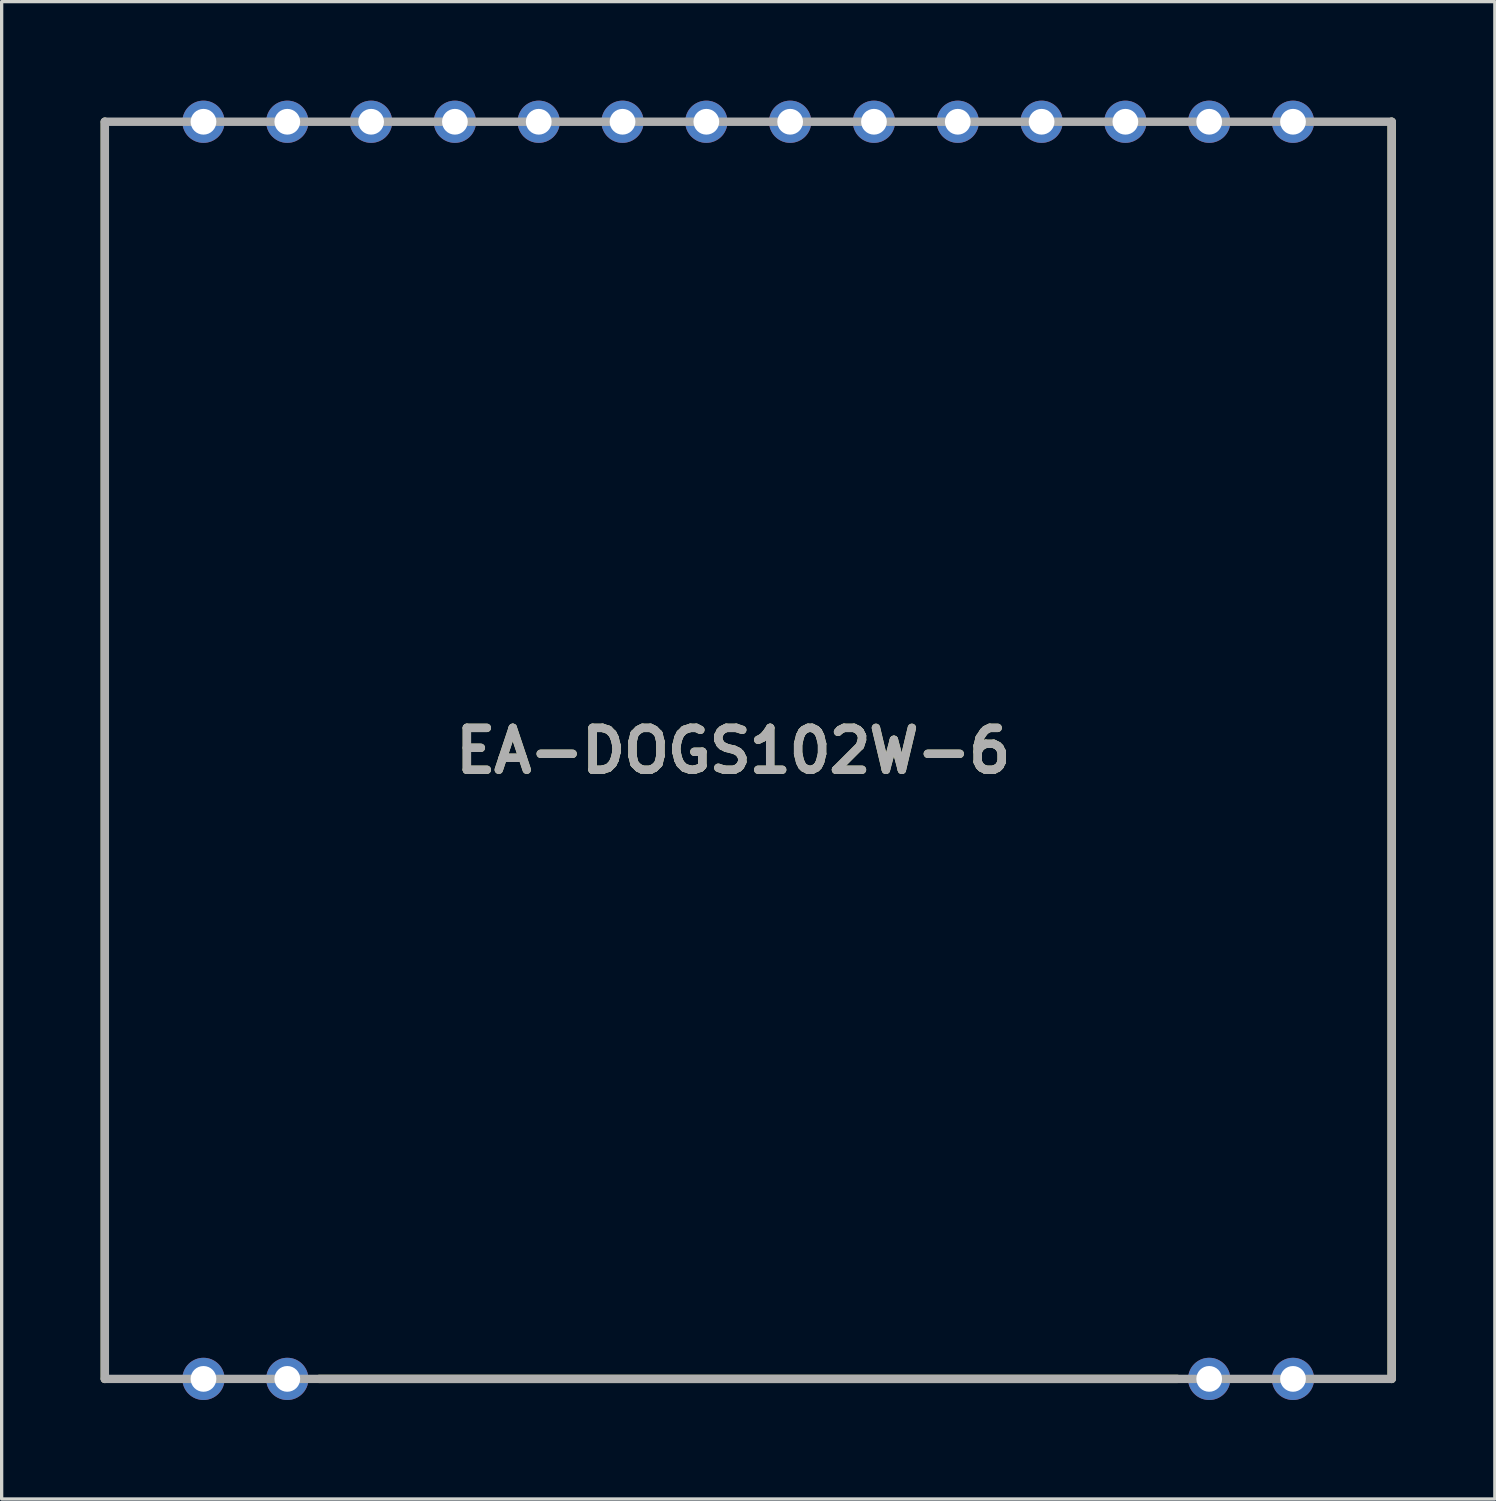
<source format=kicad_pcb>
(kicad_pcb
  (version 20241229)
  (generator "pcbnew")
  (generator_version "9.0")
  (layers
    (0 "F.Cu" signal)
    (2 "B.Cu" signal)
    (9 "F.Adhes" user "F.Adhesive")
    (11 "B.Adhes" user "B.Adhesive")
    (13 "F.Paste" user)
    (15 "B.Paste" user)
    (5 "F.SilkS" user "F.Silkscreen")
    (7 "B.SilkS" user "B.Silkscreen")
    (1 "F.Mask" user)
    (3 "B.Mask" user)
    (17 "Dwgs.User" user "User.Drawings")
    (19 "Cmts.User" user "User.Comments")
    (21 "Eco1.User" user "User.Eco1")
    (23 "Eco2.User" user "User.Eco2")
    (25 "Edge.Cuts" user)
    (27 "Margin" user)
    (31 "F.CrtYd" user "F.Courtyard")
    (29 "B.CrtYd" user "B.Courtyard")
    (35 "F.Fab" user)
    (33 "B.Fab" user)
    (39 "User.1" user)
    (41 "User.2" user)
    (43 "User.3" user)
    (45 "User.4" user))
  (footprint "EA-DOGS102W-6"
    (layer "F.Cu")
    (at 19.627 19.69)
    (property "Reference" "EA-DOGS102W-6" (at -0.454 0.015 0) (layer "F.SilkS") (effects (font (size 1.27 1.27) (thickness 0.254))))
    (attr through_hole)
    (fp_line (start -19.5 -19.05) (end -19.5 19.05) (stroke (width 0.254) (type solid)) (layer "F.SilkS"))
    (fp_line (start -13 19.05) (end 13 19.05) (stroke (width 0.254) (type solid)) (layer "F.SilkS"))
    (fp_line (start 19.5 -19.05) (end 19.5 19.05) (stroke (width 0.254) (type solid)) (layer "F.SilkS"))
    (fp_line (start -19.5 -19.05) (end 19.5 -19.05) (stroke (width 0.254) (type solid)) (layer "F.Fab"))
    (fp_line (start -19.5 19.05) (end -19.5 -19.05) (stroke (width 0.254) (type solid)) (layer "F.Fab"))
    (fp_line (start 19.5 -19.05) (end 19.5 19.05) (stroke (width 0.254) (type solid)) (layer "F.Fab"))
    (fp_line (start 19.5 19.05) (end -19.5 19.05) (stroke (width 0.254) (type solid)) (layer "F.Fab"))
    (fp_text user "${REFERENCE}" (at -0.454 0.015 0) (layer "F.Fab") (effects (font (size 1.27 1.27) (thickness 0.254))))
    (pad "1" thru_hole circle (at -16.51 19.05) (size 1.28 1.28) (drill 0.78) (layers "*.Cu" "*.Mask"))
    (pad "2" thru_hole circle (at -13.97 19.05) (size 1.28 1.28) (drill 0.78) (layers "*.Cu" "*.Mask"))
    (pad "13" thru_hole circle (at 13.97 19.05) (size 1.28 1.28) (drill 0.78) (layers "*.Cu" "*.Mask"))
    (pad "14" thru_hole circle (at 16.51 19.05) (size 1.28 1.28) (drill 0.78) (layers "*.Cu" "*.Mask"))
    (pad "15" thru_hole circle (at 16.51 -19.05) (size 1.28 1.28) (drill 0.78) (layers "*.Cu" "*.Mask"))
    (pad "16" thru_hole circle (at 13.97 -19.05) (size 1.28 1.28) (drill 0.78) (layers "*.Cu" "*.Mask"))
    (pad "17" thru_hole circle (at 11.43 -19.05) (size 1.28 1.28) (drill 0.78) (layers "*.Cu" "*.Mask"))
    (pad "18" thru_hole circle (at 8.89 -19.05) (size 1.28 1.28) (drill 0.78) (layers "*.Cu" "*.Mask"))
    (pad "19" thru_hole circle (at 6.35 -19.05) (size 1.28 1.28) (drill 0.78) (layers "*.Cu" "*.Mask"))
    (pad "20" thru_hole circle (at 3.81 -19.05) (size 1.28 1.28) (drill 0.78) (layers "*.Cu" "*.Mask"))
    (pad "21" thru_hole circle (at 1.27 -19.05) (size 1.28 1.28) (drill 0.78) (layers "*.Cu" "*.Mask"))
    (pad "22" thru_hole circle (at -1.27 -19.05) (size 1.28 1.28) (drill 0.78) (layers "*.Cu" "*.Mask"))
    (pad "23" thru_hole circle (at -3.81 -19.05) (size 1.28 1.28) (drill 0.78) (layers "*.Cu" "*.Mask"))
    (pad "24" thru_hole circle (at -6.35 -19.05) (size 1.28 1.28) (drill 0.78) (layers "*.Cu" "*.Mask"))
    (pad "25" thru_hole circle (at -8.89 -19.05) (size 1.28 1.28) (drill 0.78) (layers "*.Cu" "*.Mask"))
    (pad "26" thru_hole circle (at -11.43 -19.05) (size 1.28 1.28) (drill 0.78) (layers "*.Cu" "*.Mask"))
    (pad "27" thru_hole circle (at -13.97 -19.05) (size 1.28 1.28) (drill 0.78) (layers "*.Cu" "*.Mask"))
    (pad "28" thru_hole circle (at -16.51 -19.05) (size 1.28 1.28) (drill 0.78) (layers "*.Cu" "*.Mask")))
  (gr_rect
    (start -3 -3)
    (end 42.254 42.38)
    (stroke (width 0.1) (type default))
    (fill no)
    (layer "Edge.Cuts")))
</source>
